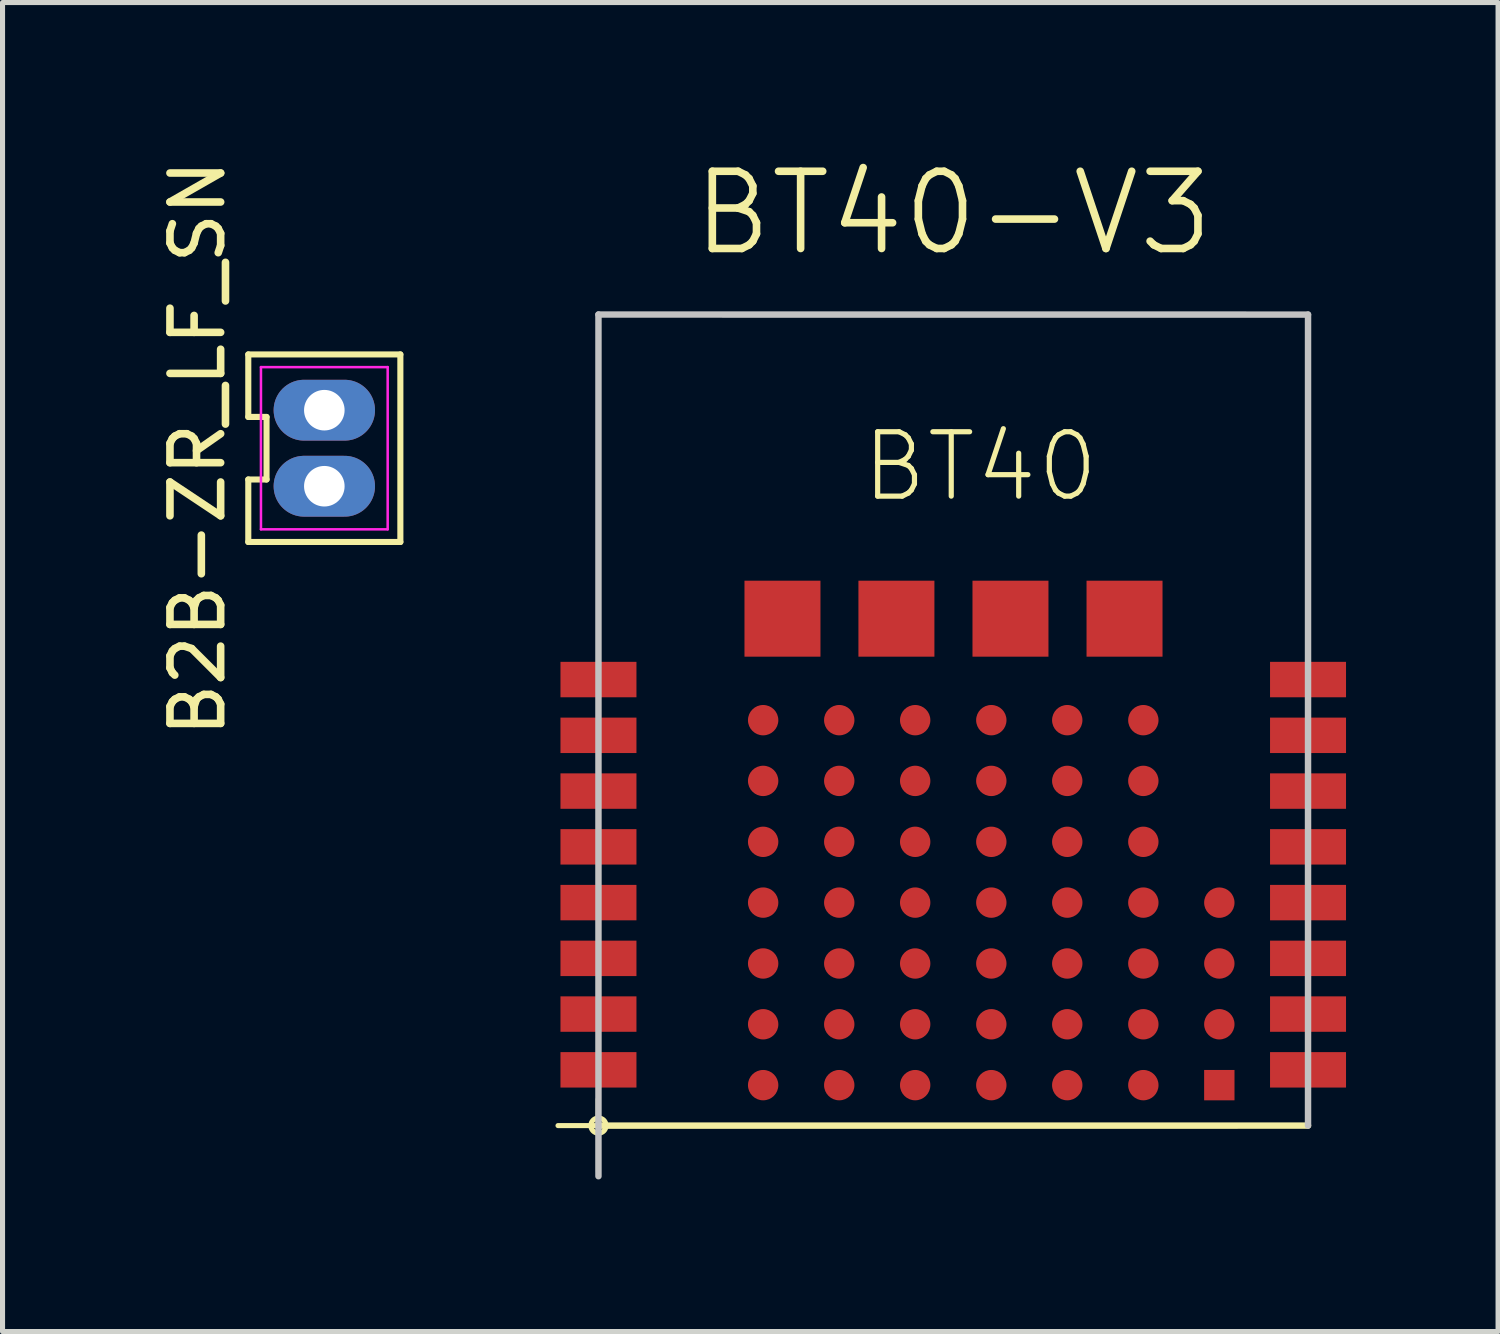
<source format=kicad_pcb>
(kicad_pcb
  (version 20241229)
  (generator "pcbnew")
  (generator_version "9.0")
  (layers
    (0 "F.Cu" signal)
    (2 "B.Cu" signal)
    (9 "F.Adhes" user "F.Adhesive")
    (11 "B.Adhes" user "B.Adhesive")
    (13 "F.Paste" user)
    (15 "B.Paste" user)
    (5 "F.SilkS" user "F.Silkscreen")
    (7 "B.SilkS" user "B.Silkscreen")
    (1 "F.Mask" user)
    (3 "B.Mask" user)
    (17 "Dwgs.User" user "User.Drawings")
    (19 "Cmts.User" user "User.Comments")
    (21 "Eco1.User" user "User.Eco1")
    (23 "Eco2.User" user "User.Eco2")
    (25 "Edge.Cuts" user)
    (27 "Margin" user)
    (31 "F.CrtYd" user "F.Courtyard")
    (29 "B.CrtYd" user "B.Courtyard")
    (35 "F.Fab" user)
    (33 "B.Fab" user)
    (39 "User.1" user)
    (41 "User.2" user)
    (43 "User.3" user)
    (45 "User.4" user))
  (footprint "B2B-ZR_LF_SN"
    (layer "F.Cu")
    (at 3.348 5.792)
    (property "Reference" "B2B-ZR_LF_SN" (at -2.5 0 90) (layer "F.SilkS") (effects (font (size 1 1) (thickness 0.15))))
    (fp_line (start -1.5 -1.85) (end -1.5 -0.617) (stroke (width 0.12) (type solid)) (layer "F.SilkS"))
    (fp_line (start -1.5 -0.617) (end -1.14 -0.617) (stroke (width 0.12) (type solid)) (layer "F.SilkS"))
    (fp_line (start -1.5 0.617) (end -1.5 1.85) (stroke (width 0.12) (type solid)) (layer "F.SilkS"))
    (fp_line (start -1.5 1.85) (end 1.5 1.85) (stroke (width 0.12) (type solid)) (layer "F.SilkS"))
    (fp_line (start -1.14 -0.617) (end -1.14 0.617) (stroke (width 0.12) (type solid)) (layer "F.SilkS"))
    (fp_line (start -1.14 0.617) (end -1.5 0.617) (stroke (width 0.12) (type solid)) (layer "F.SilkS"))
    (fp_line (start 1.5 -1.85) (end -1.5 -1.85) (stroke (width 0.12) (type solid)) (layer "F.SilkS"))
    (fp_line (start 1.5 1.85) (end 1.5 -1.85) (stroke (width 0.12) (type solid)) (layer "F.SilkS"))
    (fp_line (start -1.25 -1.6) (end 1.25 -1.6) (stroke (width 0.05) (type solid)) (layer "F.CrtYd"))
    (fp_line (start -1.25 1.6) (end -1.25 -1.6) (stroke (width 0.05) (type solid)) (layer "F.CrtYd"))
    (fp_line (start 1.25 -1.6) (end 1.25 1.6) (stroke (width 0.05) (type solid)) (layer "F.CrtYd"))
    (fp_line (start 1.25 1.6) (end -1.25 1.6) (stroke (width 0.05) (type solid)) (layer "F.CrtYd"))
    (pad "1" thru_hole oval (at 0 0.75) (size 2 1.2) (drill 0.8) (layers "*.Cu" "*.Mask"))
    (pad "2" thru_hole oval (at 0 -0.75) (size 2 1.2) (drill 0.8) (layers "*.Cu" "*.Mask")))
  (footprint "BT40-V3"
    (layer "F.Cu")
    (at 8.756 19.155)
    (property "Reference" "BT40-V3" (at 7 -18 0) (layer "F.SilkS") (effects (font (size 1.524 1.524) (thickness 0.15))))
    (attr smd)
    (fp_line (start -0.798 0) (end 0 0) (stroke (width 0.1) (type solid)) (layer "F.SilkS"))
    (fp_line (start -0.005 -0.003) (end -0.005 -0.521) (stroke (width 0.1) (type solid)) (layer "F.SilkS"))
    (fp_line (start 0 -0.254) (end 0 -0.15) (stroke (width 0.1) (type solid)) (layer "F.SilkS"))
    (fp_line (start 0 -0.15) (end 0 0) (stroke (width 0.1) (type solid)) (layer "F.SilkS"))
    (fp_line (start 0 0) (end 0 0) (stroke (width 0.1) (type solid)) (layer "F.SilkS"))
    (fp_line (start 0 0) (end 12.598 0) (stroke (width 0.1) (type solid)) (layer "F.SilkS"))
    (fp_line (start 0 0.15) (end 0 0) (stroke (width 0.1) (type solid)) (layer "F.SilkS"))
    (fp_line (start 0 0.912) (end 0 0.15) (stroke (width 0.1) (type solid)) (layer "F.SilkS"))
    (fp_line (start 12.598 0) (end 0 0) (stroke (width 0.1) (type solid)) (layer "F.SilkS"))
    (fp_line (start 12.598 0) (end 12.598 0) (stroke (width 0.1) (type solid)) (layer "F.SilkS"))
    (fp_line (start 13.998 0) (end 0 0) (stroke (width 0.127) (type solid)) (layer "F.SilkS"))
    (fp_line (start 14 -15.999) (end 13.998 -15.999) (stroke (width 0.1) (type solid)) (layer "F.SilkS"))
    (fp_line (start 14 -0.589) (end 14 -0.008) (stroke (width 0.1) (type solid)) (layer "F.SilkS"))
    (fp_arc (start 0 -0.14986) (mid 0.14986 0) (end 0 0.14986) (stroke (width 0.1) (type solid)) (layer "F.SilkS"))
    (fp_arc (start 0 0.14986) (mid -0.14986 0) (end 0 -0.14986) (stroke (width 0.1) (type solid)) (layer "F.SilkS"))
    (fp_line (start 0 -16) (end 0 0.999) (stroke (width 0.127) (type solid)) (layer "Dwgs.User"))
    (fp_line (start 0 -16) (end 13.998 -15.999) (stroke (width 0.127) (type solid)) (layer "Dwgs.User"))
    (fp_line (start 13.998 -15.999) (end 13.998 0) (stroke (width 0.127) (type solid)) (layer "Dwgs.User"))
    (fp_text user "BT40" (at 7.534 -13 0) (layer "F.SilkS") (effects (font (size 1.27 1.27) (thickness 0.102))))
    (pad "1" smd rect (at 0 -8.799 180) (size 1.499 0.699) (layers "F.Cu" "F.Mask" "F.Paste"))
    (pad "2" smd rect (at 0 -7.699) (size 1.499 0.699) (layers "F.Cu" "F.Mask" "F.Paste"))
    (pad "3" smd rect (at 0 -6.599) (size 1.499 0.699) (layers "F.Cu" "F.Mask" "F.Paste"))
    (pad "4" smd rect (at 0 -5.499) (size 1.499 0.699) (layers "F.Cu" "F.Mask" "F.Paste"))
    (pad "5" smd rect (at 0 -4.399) (size 1.499 0.699) (layers "F.Cu" "F.Mask" "F.Paste"))
    (pad "6" smd rect (at 0 -3.299) (size 1.499 0.699) (layers "F.Cu" "F.Mask" "F.Paste"))
    (pad "7" smd rect (at 0 -2.2) (size 1.499 0.699) (layers "F.Cu" "F.Mask" "F.Paste"))
    (pad "8" smd rect (at 0 -1.1) (size 1.499 0.699) (layers "F.Cu" "F.Mask" "F.Paste"))
    (pad "9" smd rect (at 13.998 -1.1) (size 1.499 0.699) (layers "F.Cu" "F.Mask" "F.Paste"))
    (pad "10" smd rect (at 13.998 -2.2) (size 1.499 0.699) (layers "F.Cu" "F.Mask" "F.Paste"))
    (pad "11" smd rect (at 13.998 -3.299) (size 1.499 0.699) (layers "F.Cu" "F.Mask" "F.Paste"))
    (pad "12" smd rect (at 13.998 -4.399) (size 1.499 0.699) (layers "F.Cu" "F.Mask" "F.Paste"))
    (pad "13" smd rect (at 13.998 -5.499) (size 1.499 0.699) (layers "F.Cu" "F.Mask" "F.Paste"))
    (pad "14" smd rect (at 13.998 -6.599) (size 1.499 0.699) (layers "F.Cu" "F.Mask" "F.Paste"))
    (pad "15" smd rect (at 13.998 -7.699) (size 1.499 0.699) (layers "F.Cu" "F.Mask" "F.Paste"))
    (pad "16" smd rect (at 13.998 -8.799) (size 1.499 0.699) (layers "F.Cu" "F.Mask" "F.Paste"))
    (pad "A0" smd circle (at 4.75 -7.998 180) (size 0.599 0.599) (layers "F.Cu" "F.Mask" "F.Paste"))
    (pad "A1" smd circle (at 4.75 -6.8 180) (size 0.599 0.599) (layers "F.Cu" "F.Mask" "F.Paste"))
    (pad "A2" smd circle (at 4.75 -5.598 180) (size 0.599 0.599) (layers "F.Cu" "F.Mask" "F.Paste"))
    (pad "A3" smd circle (at 4.75 -4.399 180) (size 0.599 0.599) (layers "F.Cu" "F.Mask" "F.Paste"))
    (pad "A4" smd circle (at 4.75 -3.198 180) (size 0.599 0.599) (layers "F.Cu" "F.Mask" "F.Paste"))
    (pad "A5" smd circle (at 4.75 -1.999) (size 0.599 0.599) (layers "F.Cu" "F.Mask" "F.Paste"))
    (pad "A6" smd circle (at 4.75 -0.798) (size 0.599 0.599) (layers "F.Cu" "F.Mask" "F.Paste"))
    (pad "B0" smd circle (at 6.248 -7.998 180) (size 0.599 0.599) (layers "F.Cu" "F.Mask" "F.Paste"))
    (pad "B1" smd circle (at 6.248 -6.8 180) (size 0.599 0.599) (layers "F.Cu" "F.Mask" "F.Paste"))
    (pad "B2" smd circle (at 6.248 -5.598 180) (size 0.599 0.599) (layers "F.Cu" "F.Mask" "F.Paste"))
    (pad "B3" smd circle (at 6.248 -4.399 180) (size 0.599 0.599) (layers "F.Cu" "F.Mask" "F.Paste"))
    (pad "B4" smd circle (at 6.248 -3.198 180) (size 0.599 0.599) (layers "F.Cu" "F.Mask" "F.Paste"))
    (pad "B5" smd circle (at 6.248 -1.999 180) (size 0.599 0.599) (layers "F.Cu" "F.Mask" "F.Paste"))
    (pad "B6" smd circle (at 6.248 -0.798 180) (size 0.599 0.599) (layers "F.Cu" "F.Mask" "F.Paste"))
    (pad "C0" smd circle (at 7.75 -7.998 180) (size 0.599 0.599) (layers "F.Cu" "F.Mask" "F.Paste"))
    (pad "C1" smd circle (at 7.75 -6.8 180) (size 0.599 0.599) (layers "F.Cu" "F.Mask" "F.Paste"))
    (pad "C2" smd circle (at 7.75 -5.598 180) (size 0.599 0.599) (layers "F.Cu" "F.Mask" "F.Paste"))
    (pad "C3" smd circle (at 7.75 -4.399 180) (size 0.599 0.599) (layers "F.Cu" "F.Mask" "F.Paste"))
    (pad "C4" smd circle (at 7.75 -3.198 180) (size 0.599 0.599) (layers "F.Cu" "F.Mask" "F.Paste"))
    (pad "C5" smd circle (at 7.75 -1.999 180) (size 0.599 0.599) (layers "F.Cu" "F.Mask" "F.Paste"))
    (pad "C6" smd circle (at 7.75 -0.798 180) (size 0.599 0.599) (layers "F.Cu" "F.Mask" "F.Paste"))
    (pad "D0" smd circle (at 9.248 -7.998 180) (size 0.599 0.599) (layers "F.Cu" "F.Mask" "F.Paste"))
    (pad "D1" smd circle (at 9.248 -6.8 180) (size 0.599 0.599) (layers "F.Cu" "F.Mask" "F.Paste"))
    (pad "D2" smd circle (at 9.248 -5.598 180) (size 0.599 0.599) (layers "F.Cu" "F.Mask" "F.Paste"))
    (pad "D3" smd circle (at 9.248 -4.399 180) (size 0.599 0.599) (layers "F.Cu" "F.Mask" "F.Paste"))
    (pad "D4" smd circle (at 9.248 -3.198 180) (size 0.599 0.599) (layers "F.Cu" "F.Mask" "F.Paste"))
    (pad "D5" smd circle (at 9.248 -1.999 180) (size 0.599 0.599) (layers "F.Cu" "F.Mask" "F.Paste"))
    (pad "D6" smd circle (at 9.248 -0.798 180) (size 0.599 0.599) (layers "F.Cu" "F.Mask" "F.Paste"))
    (pad "E0" smd circle (at 10.749 -7.998 180) (size 0.599 0.599) (layers "F.Cu" "F.Mask" "F.Paste"))
    (pad "E1" smd circle (at 10.749 -6.8 180) (size 0.599 0.599) (layers "F.Cu" "F.Mask" "F.Paste"))
    (pad "E2" smd circle (at 10.749 -5.598 180) (size 0.599 0.599) (layers "F.Cu" "F.Mask" "F.Paste"))
    (pad "E3" smd circle (at 10.749 -4.399 180) (size 0.599 0.599) (layers "F.Cu" "F.Mask" "F.Paste"))
    (pad "E4" smd circle (at 10.749 -3.198 180) (size 0.599 0.599) (layers "F.Cu" "F.Mask" "F.Paste"))
    (pad "E5" smd circle (at 10.749 -1.999) (size 0.599 0.599) (layers "F.Cu" "F.Mask" "F.Paste"))
    (pad "E6" smd circle (at 10.749 -0.798) (size 0.599 0.599) (layers "F.Cu" "F.Mask" "F.Paste"))
    (pad "F3" smd circle (at 12.248 -4.398 180) (size 0.599 0.599) (layers "F.Cu" "F.Mask" "F.Paste"))
    (pad "F4" smd circle (at 12.248 -3.198 180) (size 0.599 0.599) (layers "F.Cu" "F.Mask" "F.Paste"))
    (pad "F5" smd circle (at 12.248 -1.999) (size 0.599 0.599) (layers "F.Cu" "F.Mask" "F.Paste"))
    (pad "F6" smd rect (at 12.248 -0.798) (size 0.599 0.599) (layers "F.Cu" "F.Mask" "F.Paste"))
    (pad "H0" smd rect (at 3.63 -10) (size 1.499 1.499) (layers "F.Cu" "F.Mask" "F.Paste"))
    (pad "H1" smd rect (at 5.878 -10) (size 1.499 1.499) (layers "F.Cu" "F.Mask" "F.Paste"))
    (pad "H2" smd rect (at 8.128 -10) (size 1.499 1.499) (layers "F.Cu" "F.Mask" "F.Paste"))
    (pad "H3" smd rect (at 10.378 -10) (size 1.499 1.499) (layers "F.Cu" "F.Mask" "F.Paste"))
    (pad "Z0" smd circle (at 3.249 -7.998 180) (size 0.599 0.599) (layers "F.Cu" "F.Mask" "F.Paste"))
    (pad "Z1" smd circle (at 3.249 -6.8 180) (size 0.599 0.599) (layers "F.Cu" "F.Mask" "F.Paste"))
    (pad "Z2" smd circle (at 3.249 -5.598 180) (size 0.599 0.599) (layers "F.Cu" "F.Mask" "F.Paste"))
    (pad "Z3" smd circle (at 3.249 -4.399 180) (size 0.599 0.599) (layers "F.Cu" "F.Mask" "F.Paste"))
    (pad "Z4" smd circle (at 3.249 -3.198 180) (size 0.599 0.599) (layers "F.Cu" "F.Mask" "F.Paste"))
    (pad "Z5" smd circle (at 3.249 -1.999) (size 0.599 0.599) (layers "F.Cu" "F.Mask" "F.Paste"))
    (pad "Z6" smd circle (at 3.249 -0.798) (size 0.599 0.599) (layers "F.Cu" "F.Mask" "F.Paste")))
  (gr_rect
    (start -3 -3)
    (end 26.503 23.218)
    (stroke (width 0.1) (type default))
    (fill no)
    (layer "Edge.Cuts")))
</source>
